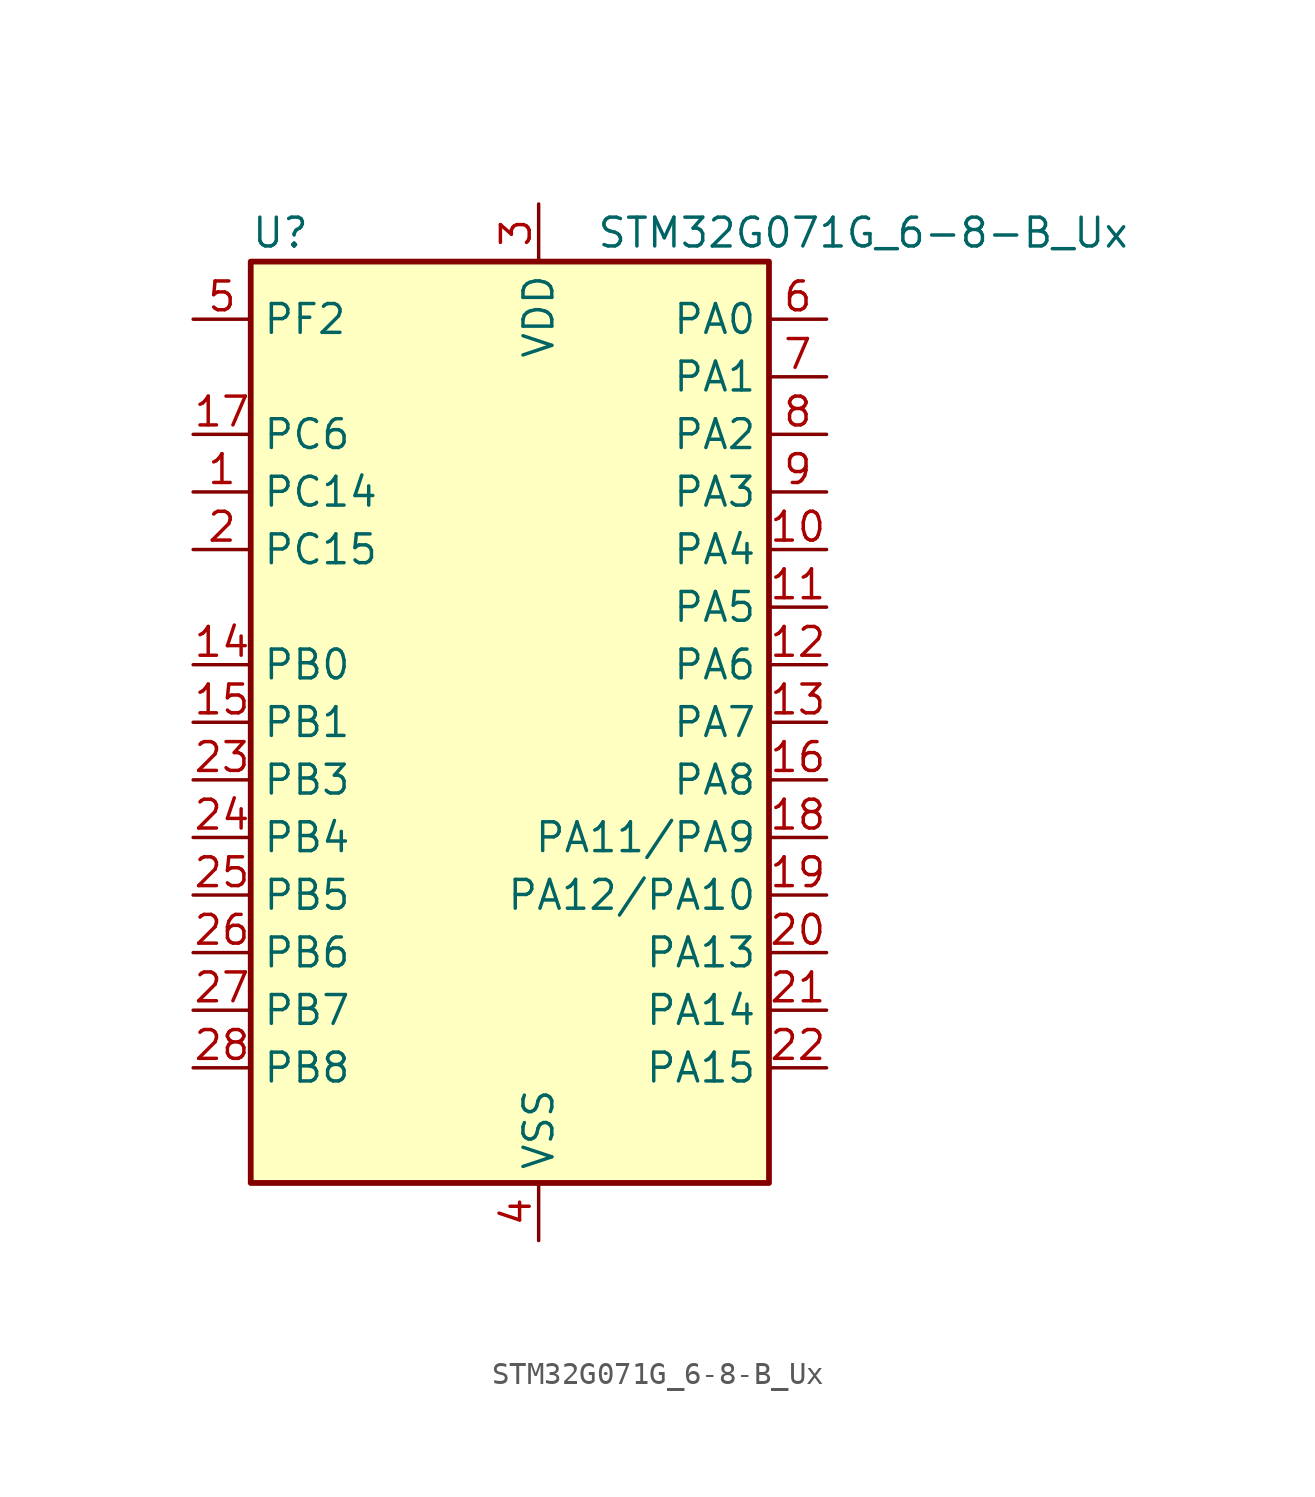
<source format=kicad_sym>
(kicad_symbol_lib
  (version 20211014)
  (generator kicad-library-utils)
  (symbol "STM32G071G_6-8-B_Ux"
    (property "Reference" "U"
      (at -10.16 21.59 0)
      (effects (font (size 1.27 1.27)) (justify left)))
    (property "Value" "STM32G071G_6-8-B_Ux"
      (at 5.08 21.59 0)
      (effects (font (size 1.27 1.27)) (justify left)))
    (property "ki_fp_filters" "QFN*4x4mm*P0.5mm*"
      (at 0.0 0.0 0.0)
      (effects (font (size 1.27 1.27))))
    (symbol "STM32G071G_6-8-B_Ux_0_1"
      (rectangle (start -10.16 -20.32) (end 12.7 20.32) (stroke (width 0.254)) (fill (type background))))
    (symbol "STM32G071G_6-8-B_Ux_1_1"
      (pin bidirectional line (at -12.7 17.78 0) (length 2.54) (name "PF2" (effects (font (size 1.27 1.27)))) (number "5" (effects (font (size 1.27 1.27)))) (alternate "RCC_MCO" bidirectional line))
      (pin bidirectional line (at -12.7 12.7 0) (length 2.54) (name "PC6" (effects (font (size 1.27 1.27)))) (number "17" (effects (font (size 1.27 1.27)))) (alternate "TIM2_CH3" bidirectional line) (alternate "TIM3_CH1" bidirectional line))
      (pin bidirectional line (at -12.7 10.16 0) (length 2.54) (name "PC14" (effects (font (size 1.27 1.27)))) (number "1" (effects (font (size 1.27 1.27)))) (alternate "RCC_OSC32_IN" bidirectional line) (alternate "RCC_OSC_IN" bidirectional line) (alternate "TIM1_BK2" bidirectional line))
      (pin bidirectional line (at -12.7 7.62 0) (length 2.54) (name "PC15" (effects (font (size 1.27 1.27)))) (number "2" (effects (font (size 1.27 1.27)))) (alternate "RCC_OSC32_EN" bidirectional line) (alternate "RCC_OSC32_OUT" bidirectional line) (alternate "RCC_OSC_EN" bidirectional line) (alternate "TIM15_BK" bidirectional line))
      (pin bidirectional line (at -12.7 2.54 0) (length 2.54) (name "PB0" (effects (font (size 1.27 1.27)))) (number "14" (effects (font (size 1.27 1.27)))) (alternate "ADC1_IN8" bidirectional line) (alternate "COMP1_OUT" bidirectional line) (alternate "I2S1_WS" bidirectional line) (alternate "LPTIM1_OUT" bidirectional line) (alternate "SPI1_NSS" bidirectional line) (alternate "TIM1_CH2N" bidirectional line) (alternate "TIM3_CH3" bidirectional line) (alternate "USART3_RX" bidirectional line))
      (pin bidirectional line (at -12.7 0.0 0) (length 2.54) (name "PB1" (effects (font (size 1.27 1.27)))) (number "15" (effects (font (size 1.27 1.27)))) (alternate "ADC1_IN9" bidirectional line) (alternate "COMP1_INM" bidirectional line) (alternate "LPTIM2_IN1" bidirectional line) (alternate "LPUART1_DE" bidirectional line) (alternate "LPUART1_RTS" bidirectional line) (alternate "TIM14_CH1" bidirectional line) (alternate "TIM1_CH3N" bidirectional line) (alternate "TIM3_CH4" bidirectional line) (alternate "USART3_CK" bidirectional line) (alternate "USART3_DE" bidirectional line) (alternate "USART3_RTS" bidirectional line))
      (pin bidirectional line (at -12.7 -2.54 0) (length 2.54) (name "PB3" (effects (font (size 1.27 1.27)))) (number "23" (effects (font (size 1.27 1.27)))) (alternate "COMP2_INM" bidirectional line) (alternate "I2S1_CK" bidirectional line) (alternate "SPI1_SCK" bidirectional line) (alternate "TIM1_CH2" bidirectional line) (alternate "TIM2_CH2" bidirectional line) (alternate "USART1_CK" bidirectional line) (alternate "USART1_DE" bidirectional line) (alternate "USART1_RTS" bidirectional line))
      (pin bidirectional line (at -12.7 -5.08 0) (length 2.54) (name "PB4" (effects (font (size 1.27 1.27)))) (number "24" (effects (font (size 1.27 1.27)))) (alternate "COMP2_INP" bidirectional line) (alternate "I2S1_MCK" bidirectional line) (alternate "SPI1_MISO" bidirectional line) (alternate "TIM17_BK" bidirectional line) (alternate "TIM3_CH1" bidirectional line) (alternate "USART1_CTS" bidirectional line) (alternate "USART1_NSS" bidirectional line))
      (pin bidirectional line (at -12.7 -7.62 0) (length 2.54) (name "PB5" (effects (font (size 1.27 1.27)))) (number "25" (effects (font (size 1.27 1.27)))) (alternate "COMP2_OUT" bidirectional line) (alternate "I2C1_SMBA" bidirectional line) (alternate "I2S1_SD" bidirectional line) (alternate "LPTIM1_IN1" bidirectional line) (alternate "SPI1_MOSI" bidirectional line) (alternate "SYS_WKUP6" bidirectional line) (alternate "TIM16_BK" bidirectional line) (alternate "TIM3_CH2" bidirectional line))
      (pin bidirectional line (at -12.7 -10.16 0) (length 2.54) (name "PB6" (effects (font (size 1.27 1.27)))) (number "26" (effects (font (size 1.27 1.27)))) (alternate "COMP2_INP" bidirectional line) (alternate "I2C1_SCL" bidirectional line) (alternate "LPTIM1_ETR" bidirectional line) (alternate "SPI2_MISO" bidirectional line) (alternate "TIM16_CH1N" bidirectional line) (alternate "TIM1_CH3" bidirectional line) (alternate "USART1_TX" bidirectional line))
      (pin bidirectional line (at -12.7 -12.7 0) (length 2.54) (name "PB7" (effects (font (size 1.27 1.27)))) (number "27" (effects (font (size 1.27 1.27)))) (alternate "COMP2_INM" bidirectional line) (alternate "I2C1_SDA" bidirectional line) (alternate "LPTIM1_IN2" bidirectional line) (alternate "SPI2_MOSI" bidirectional line) (alternate "SYS_PVD_IN" bidirectional line) (alternate "TIM17_CH1N" bidirectional line) (alternate "USART1_RX" bidirectional line) (alternate "USART4_CTS" bidirectional line) (alternate "USART4_NSS" bidirectional line))
      (pin bidirectional line (at -12.7 -15.24 0) (length 2.54) (name "PB8" (effects (font (size 1.27 1.27)))) (number "28" (effects (font (size 1.27 1.27)))) (alternate "CEC" bidirectional line) (alternate "I2C1_SCL" bidirectional line) (alternate "SPI2_SCK" bidirectional line) (alternate "TIM15_BK" bidirectional line) (alternate "TIM16_CH1" bidirectional line) (alternate "USART3_TX" bidirectional line))
      (pin bidirectional line (at 15.24 17.78 180) (length 2.54) (name "PA0" (effects (font (size 1.27 1.27)))) (number "6" (effects (font (size 1.27 1.27)))) (alternate "ADC1_IN0" bidirectional line) (alternate "COMP1_INM" bidirectional line) (alternate "COMP1_OUT" bidirectional line) (alternate "LPTIM1_OUT" bidirectional line) (alternate "RTC_TAMP_IN2" bidirectional line) (alternate "SPI2_SCK" bidirectional line) (alternate "SYS_WKUP1" bidirectional line) (alternate "TIM2_CH1" bidirectional line) (alternate "TIM2_ETR" bidirectional line) (alternate "USART2_CTS" bidirectional line) (alternate "USART2_NSS" bidirectional line) (alternate "USART4_TX" bidirectional line))
      (pin bidirectional line (at 15.24 15.24 180) (length 2.54) (name "PA1" (effects (font (size 1.27 1.27)))) (number "7" (effects (font (size 1.27 1.27)))) (alternate "ADC1_IN1" bidirectional line) (alternate "COMP1_INP" bidirectional line) (alternate "I2C1_SMBA" bidirectional line) (alternate "I2S1_CK" bidirectional line) (alternate "SPI1_SCK" bidirectional line) (alternate "TIM15_CH1N" bidirectional line) (alternate "TIM2_CH2" bidirectional line) (alternate "USART2_CK" bidirectional line) (alternate "USART2_DE" bidirectional line) (alternate "USART2_RTS" bidirectional line) (alternate "USART4_RX" bidirectional line))
      (pin bidirectional line (at 15.24 12.7 180) (length 2.54) (name "PA2" (effects (font (size 1.27 1.27)))) (number "8" (effects (font (size 1.27 1.27)))) (alternate "ADC1_IN2" bidirectional line) (alternate "COMP2_INM" bidirectional line) (alternate "COMP2_OUT" bidirectional line) (alternate "I2S1_SD" bidirectional line) (alternate "LPUART1_TX" bidirectional line) (alternate "RCC_LSCO" bidirectional line) (alternate "SPI1_MOSI" bidirectional line) (alternate "SYS_WKUP4" bidirectional line) (alternate "TIM15_CH1" bidirectional line) (alternate "TIM2_CH3" bidirectional line) (alternate "USART2_TX" bidirectional line))
      (pin bidirectional line (at 15.24 10.16 180) (length 2.54) (name "PA3" (effects (font (size 1.27 1.27)))) (number "9" (effects (font (size 1.27 1.27)))) (alternate "ADC1_IN3" bidirectional line) (alternate "COMP2_INP" bidirectional line) (alternate "LPUART1_RX" bidirectional line) (alternate "SPI2_MISO" bidirectional line) (alternate "TIM15_CH2" bidirectional line) (alternate "TIM2_CH4" bidirectional line) (alternate "USART2_RX" bidirectional line))
      (pin bidirectional line (at 15.24 7.62 180) (length 2.54) (name "PA4" (effects (font (size 1.27 1.27)))) (number "10" (effects (font (size 1.27 1.27)))) (alternate "ADC1_IN4" bidirectional line) (alternate "DAC1_OUT1" bidirectional line) (alternate "I2S1_WS" bidirectional line) (alternate "LPTIM2_OUT" bidirectional line) (alternate "RTC_OUT_ALARM" bidirectional line) (alternate "RTC_OUT_CALIB" bidirectional line) (alternate "RTC_TAMP_IN1" bidirectional line) (alternate "RTC_TS" bidirectional line) (alternate "SPI1_NSS" bidirectional line) (alternate "SPI2_MOSI" bidirectional line) (alternate "SYS_WKUP2" bidirectional line) (alternate "TIM14_CH1" bidirectional line))
      (pin bidirectional line (at 15.24 5.08 180) (length 2.54) (name "PA5" (effects (font (size 1.27 1.27)))) (number "11" (effects (font (size 1.27 1.27)))) (alternate "ADC1_IN5" bidirectional line) (alternate "CEC" bidirectional line) (alternate "DAC1_OUT2" bidirectional line) (alternate "I2S1_CK" bidirectional line) (alternate "LPTIM2_ETR" bidirectional line) (alternate "SPI1_SCK" bidirectional line) (alternate "TIM2_CH1" bidirectional line) (alternate "TIM2_ETR" bidirectional line) (alternate "USART3_TX" bidirectional line))
      (pin bidirectional line (at 15.24 2.54 180) (length 2.54) (name "PA6" (effects (font (size 1.27 1.27)))) (number "12" (effects (font (size 1.27 1.27)))) (alternate "ADC1_IN6" bidirectional line) (alternate "COMP1_OUT" bidirectional line) (alternate "I2S1_MCK" bidirectional line) (alternate "LPUART1_CTS" bidirectional line) (alternate "SPI1_MISO" bidirectional line) (alternate "TIM16_CH1" bidirectional line) (alternate "TIM1_BK" bidirectional line) (alternate "TIM3_CH1" bidirectional line) (alternate "USART3_CTS" bidirectional line) (alternate "USART3_NSS" bidirectional line))
      (pin bidirectional line (at 15.24 0.0 180) (length 2.54) (name "PA7" (effects (font (size 1.27 1.27)))) (number "13" (effects (font (size 1.27 1.27)))) (alternate "ADC1_IN7" bidirectional line) (alternate "COMP2_OUT" bidirectional line) (alternate "I2S1_SD" bidirectional line) (alternate "SPI1_MOSI" bidirectional line) (alternate "TIM14_CH1" bidirectional line) (alternate "TIM17_CH1" bidirectional line) (alternate "TIM1_CH1N" bidirectional line) (alternate "TIM3_CH2" bidirectional line))
      (pin bidirectional line (at 15.24 -2.54 180) (length 2.54) (name "PA8" (effects (font (size 1.27 1.27)))) (number "16" (effects (font (size 1.27 1.27)))) (alternate "LPTIM2_OUT" bidirectional line) (alternate "RCC_MCO" bidirectional line) (alternate "SPI2_NSS" bidirectional line) (alternate "TIM1_CH1" bidirectional line))
      (pin bidirectional line (at 15.24 -5.08 180) (length 2.54) (name "PA11/PA9" (effects (font (size 1.27 1.27)))) (number "18" (effects (font (size 1.27 1.27)))) (alternate "ADC1_EXTI11" bidirectional line) (alternate "COMP1_OUT" bidirectional line) (alternate "I2C2_SCL" bidirectional line) (alternate "I2S1_MCK" bidirectional line) (alternate "SPI1_MISO" bidirectional line) (alternate "TIM1_BK2" bidirectional line) (alternate "TIM1_CH4" bidirectional line) (alternate "USART1_CTS" bidirectional line) (alternate "USART1_NSS" bidirectional line))
      (pin bidirectional line (at 15.24 -7.62 180) (length 2.54) (name "PA12/PA10" (effects (font (size 1.27 1.27)))) (number "19" (effects (font (size 1.27 1.27)))) (alternate "COMP2_OUT" bidirectional line) (alternate "I2C2_SDA" bidirectional line) (alternate "I2S1_SD" bidirectional line) (alternate "I2S_CKIN" bidirectional line) (alternate "SPI1_MOSI" bidirectional line) (alternate "TIM1_ETR" bidirectional line) (alternate "USART1_CK" bidirectional line) (alternate "USART1_DE" bidirectional line) (alternate "USART1_RTS" bidirectional line))
      (pin bidirectional line (at 15.24 -10.16 180) (length 2.54) (name "PA13" (effects (font (size 1.27 1.27)))) (number "20" (effects (font (size 1.27 1.27)))) (alternate "IR_OUT" bidirectional line) (alternate "SYS_SWDIO" bidirectional line))
      (pin bidirectional line (at 15.24 -12.7 180) (length 2.54) (name "PA14" (effects (font (size 1.27 1.27)))) (number "21" (effects (font (size 1.27 1.27)))) (alternate "SYS_SWCLK" bidirectional line) (alternate "USART2_TX" bidirectional line))
      (pin bidirectional line (at 15.24 -15.24 180) (length 2.54) (name "PA15" (effects (font (size 1.27 1.27)))) (number "22" (effects (font (size 1.27 1.27)))) (alternate "I2S1_WS" bidirectional line) (alternate "SPI1_NSS" bidirectional line) (alternate "TIM2_CH1" bidirectional line) (alternate "TIM2_ETR" bidirectional line) (alternate "USART2_RX" bidirectional line) (alternate "USART3_CK" bidirectional line) (alternate "USART3_DE" bidirectional line) (alternate "USART3_RTS" bidirectional line) (alternate "USART4_CK" bidirectional line) (alternate "USART4_DE" bidirectional line) (alternate "USART4_RTS" bidirectional line))
      (pin power_in line (at 2.54 22.86 270) (length 2.54) (name "VDD" (effects (font (size 1.27 1.27)))) (number "3" (effects (font (size 1.27 1.27)))))
      (pin power_in line (at 2.54 -22.86 90) (length 2.54) (name "VSS" (effects (font (size 1.27 1.27)))) (number "4" (effects (font (size 1.27 1.27))))))))
</source>
